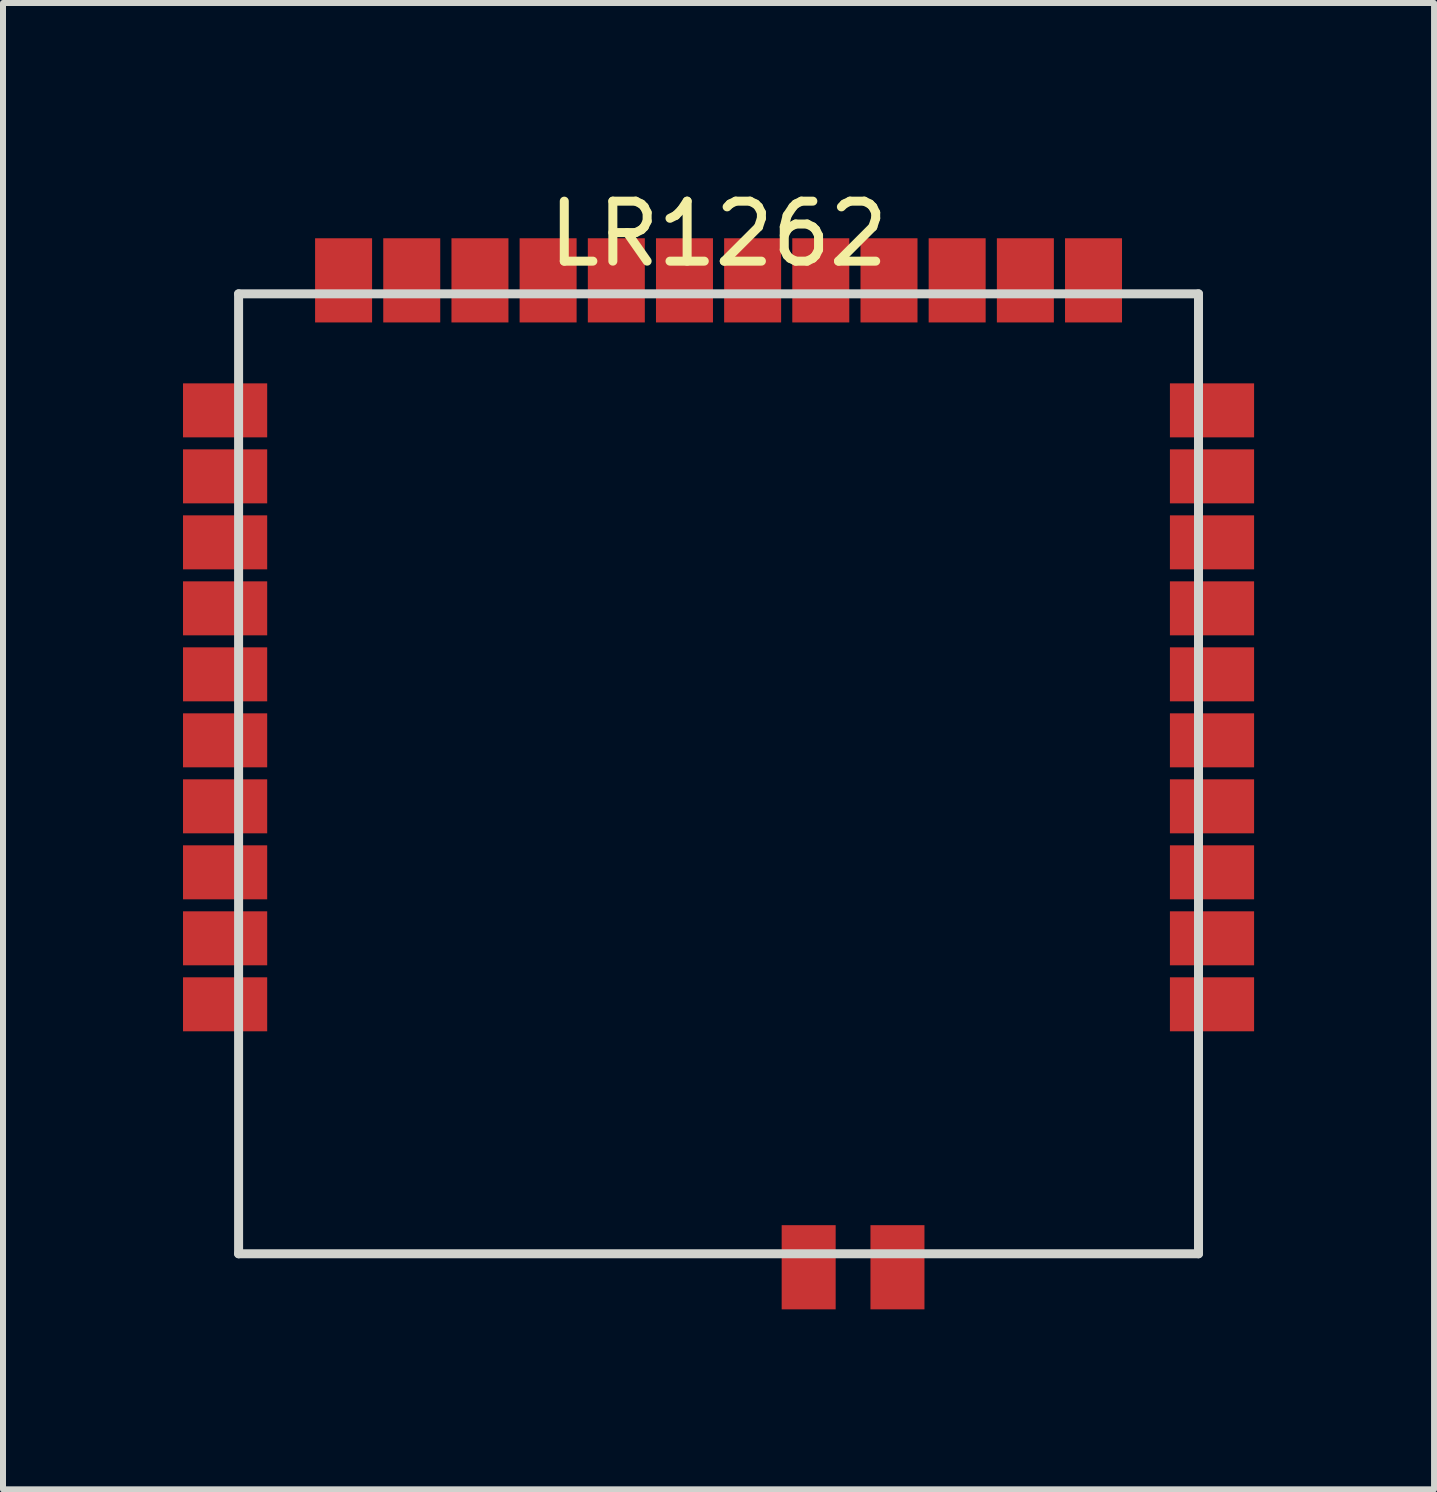
<source format=kicad_pcb>
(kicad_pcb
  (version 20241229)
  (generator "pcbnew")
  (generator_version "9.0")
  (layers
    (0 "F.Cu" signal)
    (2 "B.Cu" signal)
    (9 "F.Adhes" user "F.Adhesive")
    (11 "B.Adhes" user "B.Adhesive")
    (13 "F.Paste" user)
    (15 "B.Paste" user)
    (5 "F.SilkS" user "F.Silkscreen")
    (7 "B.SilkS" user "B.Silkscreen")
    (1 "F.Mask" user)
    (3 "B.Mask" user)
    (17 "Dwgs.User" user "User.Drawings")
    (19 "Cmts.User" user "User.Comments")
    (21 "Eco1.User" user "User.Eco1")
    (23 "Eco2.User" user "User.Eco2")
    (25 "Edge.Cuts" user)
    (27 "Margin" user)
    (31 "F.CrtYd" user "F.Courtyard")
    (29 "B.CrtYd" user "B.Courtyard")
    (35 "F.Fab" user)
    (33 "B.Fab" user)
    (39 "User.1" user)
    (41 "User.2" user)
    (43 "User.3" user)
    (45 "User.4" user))
  (footprint "LR1262"
    (layer "F.Cu")
    (at 8.927 9.848)
    (property "Reference" "LR1262" (at 0 -9 0) (layer "F.SilkS") (effects (font (size 1 1) (thickness 0.15))))
    (attr smd)
    (fp_line (start -8 -8) (end 8 -8) (stroke (width 0.15) (type solid)) (layer "Edge.Cuts"))
    (fp_line (start -8 8) (end -8 -8) (stroke (width 0.15) (type solid)) (layer "Edge.Cuts"))
    (fp_line (start 8 -8) (end 8 8) (stroke (width 0.15) (type solid)) (layer "Edge.Cuts"))
    (fp_line (start 8 8) (end -8 8) (stroke (width 0.15) (type solid)) (layer "Edge.Cuts"))
    (fp_line (start -8 -8) (end 8 -8) (stroke (width 0.1) (type solid)) (layer "F.Fab"))
    (fp_line (start -8 8) (end -8 -8) (stroke (width 0.1) (type solid)) (layer "F.Fab"))
    (fp_line (start 8 -8) (end 8 8) (stroke (width 0.1) (type solid)) (layer "F.Fab"))
    (fp_line (start 8 8) (end -8 8) (stroke (width 0.1) (type solid)) (layer "F.Fab"))
    (pad "1" smd rect (at -8.225 3.842) (size 1.403 0.9) (layers "F.Cu" "F.Mask" "F.Paste"))
    (pad "2" smd rect (at -8.225 2.742) (size 1.403 0.9) (layers "F.Cu" "F.Mask" "F.Paste"))
    (pad "3" smd rect (at -8.225 1.642) (size 1.403 0.9) (layers "F.Cu" "F.Mask" "F.Paste"))
    (pad "4" smd rect (at -8.225 0.542) (size 1.403 0.9) (layers "F.Cu" "F.Mask" "F.Paste"))
    (pad "5" smd rect (at -8.225 -0.558) (size 1.403 0.9) (layers "F.Cu" "F.Mask" "F.Paste"))
    (pad "6" smd rect (at -8.225 -1.658) (size 1.403 0.9) (layers "F.Cu" "F.Mask" "F.Paste"))
    (pad "7" smd rect (at -8.225 -2.758) (size 1.403 0.9) (layers "F.Cu" "F.Mask" "F.Paste"))
    (pad "8" smd rect (at -8.225 -3.858) (size 1.403 0.9) (layers "F.Cu" "F.Mask" "F.Paste"))
    (pad "9" smd rect (at -8.225 -4.958) (size 1.403 0.9) (layers "F.Cu" "F.Mask" "F.Paste"))
    (pad "10" smd rect (at -8.225 -6.058) (size 1.403 0.9) (layers "F.Cu" "F.Mask" "F.Paste"))
    (pad "11" smd rect (at -6.25 -8.225) (size 0.95 1.403) (layers "F.Cu" "F.Mask" "F.Paste"))
    (pad "12" smd rect (at -5.114 -8.225) (size 0.95 1.403) (layers "F.Cu" "F.Mask" "F.Paste"))
    (pad "13" smd rect (at -3.977 -8.225) (size 0.95 1.403) (layers "F.Cu" "F.Mask" "F.Paste"))
    (pad "14" smd rect (at -2.841 -8.225) (size 0.95 1.403) (layers "F.Cu" "F.Mask" "F.Paste"))
    (pad "15" smd rect (at -1.704 -8.225) (size 0.95 1.403) (layers "F.Cu" "F.Mask" "F.Paste"))
    (pad "16" smd rect (at -0.568 -8.225) (size 0.95 1.403) (layers "F.Cu" "F.Mask" "F.Paste"))
    (pad "17" smd rect (at 0.568 -8.225) (size 0.95 1.403) (layers "F.Cu" "F.Mask" "F.Paste"))
    (pad "18" smd rect (at 1.704 -8.225) (size 0.95 1.403) (layers "F.Cu" "F.Mask" "F.Paste"))
    (pad "19" smd rect (at 2.841 -8.225) (size 0.95 1.403) (layers "F.Cu" "F.Mask" "F.Paste"))
    (pad "20" smd rect (at 3.977 -8.225) (size 0.95 1.403) (layers "F.Cu" "F.Mask" "F.Paste"))
    (pad "21" smd rect (at 5.114 -8.225) (size 0.95 1.403) (layers "F.Cu" "F.Mask" "F.Paste"))
    (pad "22" smd rect (at 6.25 -8.225) (size 0.95 1.403) (layers "F.Cu" "F.Mask" "F.Paste"))
    (pad "23" smd rect (at 8.225 3.842) (size 1.403 0.9) (layers "F.Cu" "F.Mask" "F.Paste"))
    (pad "24" smd rect (at 8.225 2.742) (size 1.403 0.9) (layers "F.Cu" "F.Mask" "F.Paste"))
    (pad "25" smd rect (at 8.225 1.642) (size 1.403 0.9) (layers "F.Cu" "F.Mask" "F.Paste"))
    (pad "26" smd rect (at 8.225 0.542) (size 1.403 0.9) (layers "F.Cu" "F.Mask" "F.Paste"))
    (pad "27" smd rect (at 8.225 -0.558) (size 1.403 0.9) (layers "F.Cu" "F.Mask" "F.Paste"))
    (pad "28" smd rect (at 8.225 -1.658) (size 1.403 0.9) (layers "F.Cu" "F.Mask" "F.Paste"))
    (pad "29" smd rect (at 8.225 -2.758) (size 1.403 0.9) (layers "F.Cu" "F.Mask" "F.Paste"))
    (pad "30" smd rect (at 8.225 -3.858) (size 1.403 0.9) (layers "F.Cu" "F.Mask" "F.Paste"))
    (pad "31" smd rect (at 8.225 -4.958) (size 1.403 0.9) (layers "F.Cu" "F.Mask" "F.Paste"))
    (pad "32" smd rect (at 8.225 -6.058) (size 1.403 0.9) (layers "F.Cu" "F.Mask" "F.Paste"))
    (pad "33" smd rect (at 1.502 8.225) (size 0.9 1.403) (layers "F.Cu" "F.Mask" "F.Paste"))
    (pad "34" smd rect (at 2.982 8.225) (size 0.9 1.403) (layers "F.Cu" "F.Mask" "F.Paste")))
  (gr_rect
    (start -3 -3)
    (end 20.853 21.775)
    (stroke (width 0.1) (type default))
    (fill no)
    (layer "Edge.Cuts")))
</source>
